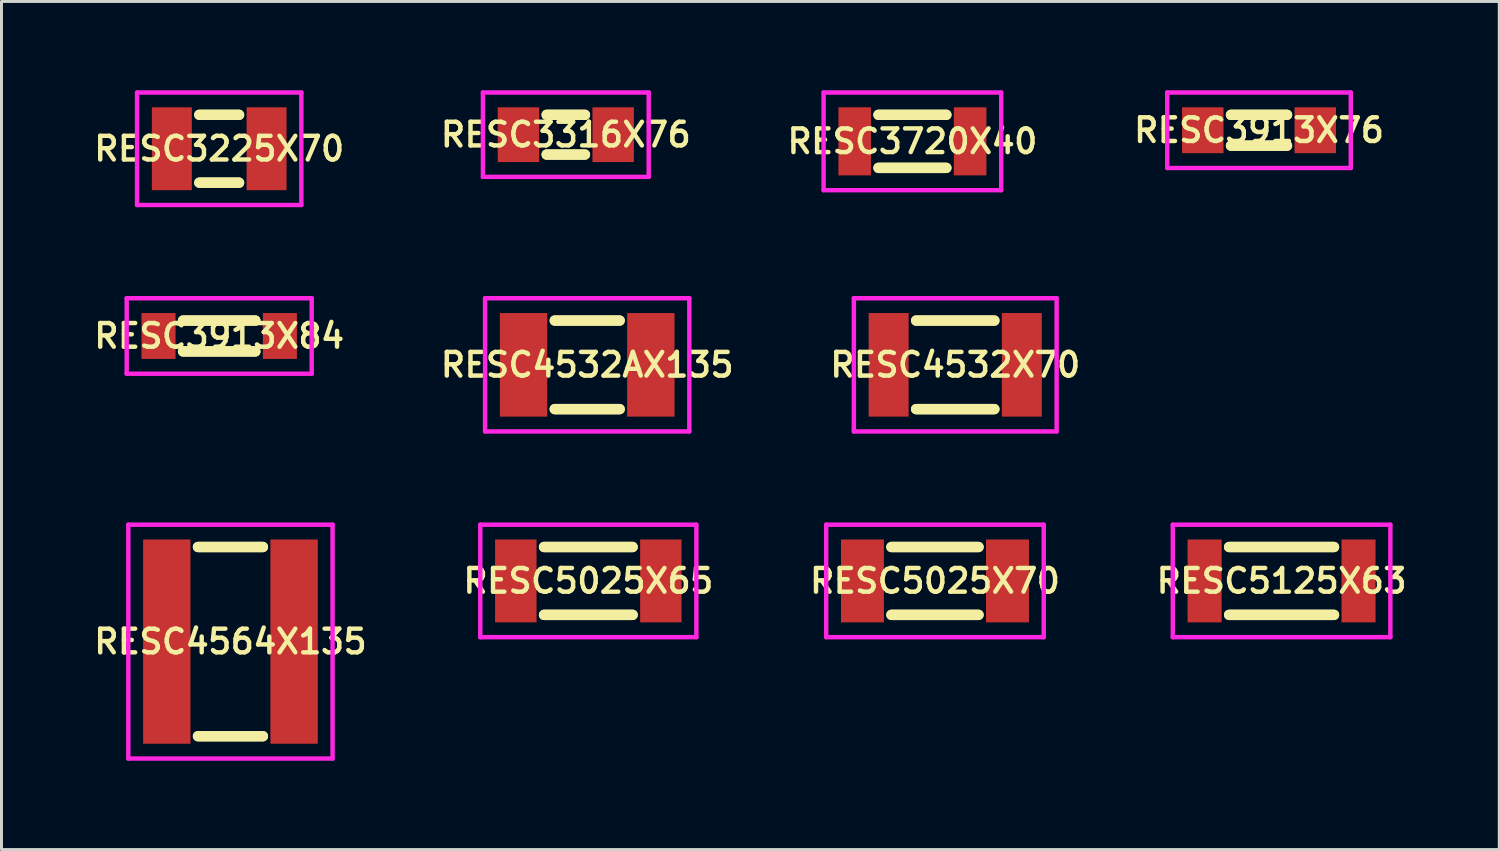
<source format=kicad_pcb>
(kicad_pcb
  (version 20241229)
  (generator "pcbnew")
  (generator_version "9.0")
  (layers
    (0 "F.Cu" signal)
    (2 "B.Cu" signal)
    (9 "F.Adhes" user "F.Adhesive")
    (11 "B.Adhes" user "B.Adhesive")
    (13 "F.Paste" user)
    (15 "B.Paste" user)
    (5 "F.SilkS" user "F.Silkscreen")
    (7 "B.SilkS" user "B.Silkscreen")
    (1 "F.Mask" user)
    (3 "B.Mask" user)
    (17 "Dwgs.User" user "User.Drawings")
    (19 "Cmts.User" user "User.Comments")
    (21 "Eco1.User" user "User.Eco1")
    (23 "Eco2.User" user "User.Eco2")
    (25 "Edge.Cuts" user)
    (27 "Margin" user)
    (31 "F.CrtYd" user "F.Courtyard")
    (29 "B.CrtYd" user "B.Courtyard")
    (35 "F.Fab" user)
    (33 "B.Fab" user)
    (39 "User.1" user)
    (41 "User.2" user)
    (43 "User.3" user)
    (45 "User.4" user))
  (footprint "RESC3316X76"
    (layer "F.Cu")
    (at 16.064 1.5)
    (property "Reference" "RESC3316X76" (at 0 0 0) (layer "F.SilkS") (effects (font (size 0.8 0.8) (thickness 0.15))))
    (attr smd)
    (fp_line (start -0.646 -0.671) (end 0.646 -0.671) (stroke (width 0.35) (type solid)) (layer "F.SilkS"))
    (fp_line (start -0.646 0.671) (end 0.646 0.671) (stroke (width 0.35) (type solid)) (layer "F.SilkS"))
    (fp_line (start 0.646 -0.671) (end -0.646 -0.671) (stroke (width 0.35) (type solid)) (layer "F.SilkS"))
    (fp_line (start 0.646 0.671) (end -0.646 0.671) (stroke (width 0.35) (type solid)) (layer "F.SilkS"))
    (fp_line (start -2.8 -1.425) (end 2.8 -1.425) (stroke (width 0.15) (type solid)) (layer "F.CrtYd"))
    (fp_line (start -2.8 1.425) (end -2.8 -1.425) (stroke (width 0.15) (type solid)) (layer "F.CrtYd"))
    (fp_line (start 2.8 -1.425) (end 2.8 1.425) (stroke (width 0.15) (type solid)) (layer "F.CrtYd"))
    (fp_line (start 2.8 1.425) (end -2.8 1.425) (stroke (width 0.15) (type solid)) (layer "F.CrtYd"))
    (pad "1" smd rect (at -1.6 0) (size 1.4 1.85) (layers "F.Cu" "F.Mask" "F.Paste"))
    (pad "2" smd rect (at 1.6 0) (size 1.4 1.85) (layers "F.Cu" "F.Mask" "F.Paste")))
  (footprint "RESC5125X63"
    (layer "F.Cu")
    (at 40.244 16.575)
    (property "Reference" "RESC5125X63" (at 0 0 0) (layer "F.SilkS") (effects (font (size 0.8 0.8) (thickness 0.15))))
    (attr smd)
    (fp_line (start -1.771 -1.146) (end 1.771 -1.146) (stroke (width 0.35) (type solid)) (layer "F.SilkS"))
    (fp_line (start -1.771 1.146) (end 1.771 1.146) (stroke (width 0.35) (type solid)) (layer "F.SilkS"))
    (fp_line (start 1.771 -1.146) (end -1.771 -1.146) (stroke (width 0.35) (type solid)) (layer "F.SilkS"))
    (fp_line (start 1.771 1.146) (end -1.771 1.146) (stroke (width 0.35) (type solid)) (layer "F.SilkS"))
    (fp_line (start -3.675 -1.9) (end 3.675 -1.9) (stroke (width 0.15) (type solid)) (layer "F.CrtYd"))
    (fp_line (start -3.675 1.9) (end -3.675 -1.9) (stroke (width 0.15) (type solid)) (layer "F.CrtYd"))
    (fp_line (start 3.675 -1.9) (end 3.675 1.9) (stroke (width 0.15) (type solid)) (layer "F.CrtYd"))
    (fp_line (start 3.675 1.9) (end -3.675 1.9) (stroke (width 0.15) (type solid)) (layer "F.CrtYd"))
    (pad "1" smd rect (at -2.6 0) (size 1.15 2.8) (layers "F.Cu" "F.Mask" "F.Paste"))
    (pad "2" smd rect (at 2.6 0) (size 1.15 2.8) (layers "F.Cu" "F.Mask" "F.Paste")))
  (footprint "RESC4532AX135"
    (layer "F.Cu")
    (at 16.787 9.275)
    (property "Reference" "RESC4532AX135" (at 0 0 0) (layer "F.SilkS") (effects (font (size 0.8 0.8) (thickness 0.15))))
    (attr smd)
    (fp_line (start -1.096 -1.496) (end 1.096 -1.496) (stroke (width 0.35) (type solid)) (layer "F.SilkS"))
    (fp_line (start -1.096 1.496) (end 1.096 1.496) (stroke (width 0.35) (type solid)) (layer "F.SilkS"))
    (fp_line (start 1.096 -1.496) (end -1.096 -1.496) (stroke (width 0.35) (type solid)) (layer "F.SilkS"))
    (fp_line (start 1.096 1.496) (end -1.096 1.496) (stroke (width 0.35) (type solid)) (layer "F.SilkS"))
    (fp_line (start -3.45 -2.25) (end 3.45 -2.25) (stroke (width 0.15) (type solid)) (layer "F.CrtYd"))
    (fp_line (start -3.45 2.25) (end -3.45 -2.25) (stroke (width 0.15) (type solid)) (layer "F.CrtYd"))
    (fp_line (start 3.45 -2.25) (end 3.45 2.25) (stroke (width 0.15) (type solid)) (layer "F.CrtYd"))
    (fp_line (start 3.45 2.25) (end -3.45 2.25) (stroke (width 0.15) (type solid)) (layer "F.CrtYd"))
    (pad "1" smd rect (at -2.15 0) (size 1.6 3.5) (layers "F.Cu" "F.Mask" "F.Paste"))
    (pad "2" smd rect (at 2.15 0) (size 1.6 3.5) (layers "F.Cu" "F.Mask" "F.Paste")))
  (footprint "RESC4564X135"
    (layer "F.Cu")
    (at 4.735 18.625)
    (property "Reference" "RESC4564X135" (at 0 0 0) (layer "F.SilkS") (effects (font (size 0.8 0.8) (thickness 0.15))))
    (attr smd)
    (fp_line (start -1.096 -3.196) (end 1.096 -3.196) (stroke (width 0.35) (type solid)) (layer "F.SilkS"))
    (fp_line (start -1.096 3.196) (end 1.096 3.196) (stroke (width 0.35) (type solid)) (layer "F.SilkS"))
    (fp_line (start 1.096 -3.196) (end -1.096 -3.196) (stroke (width 0.35) (type solid)) (layer "F.SilkS"))
    (fp_line (start 1.096 3.196) (end -1.096 3.196) (stroke (width 0.35) (type solid)) (layer "F.SilkS"))
    (fp_line (start -3.45 -3.95) (end 3.45 -3.95) (stroke (width 0.15) (type solid)) (layer "F.CrtYd"))
    (fp_line (start -3.45 3.95) (end -3.45 -3.95) (stroke (width 0.15) (type solid)) (layer "F.CrtYd"))
    (fp_line (start 3.45 -3.95) (end 3.45 3.95) (stroke (width 0.15) (type solid)) (layer "F.CrtYd"))
    (fp_line (start 3.45 3.95) (end -3.45 3.95) (stroke (width 0.15) (type solid)) (layer "F.CrtYd"))
    (pad "1" smd rect (at -2.15 0) (size 1.6 6.9) (layers "F.Cu" "F.Mask" "F.Paste"))
    (pad "2" smd rect (at 2.15 0) (size 1.6 6.9) (layers "F.Cu" "F.Mask" "F.Paste")))
  (footprint "RESC5025X65"
    (layer "F.Cu")
    (at 16.825 16.575)
    (property "Reference" "RESC5025X65" (at 0 0 0) (layer "F.SilkS") (effects (font (size 0.8 0.8) (thickness 0.15))))
    (attr smd)
    (fp_line (start -1.496 -1.146) (end 1.496 -1.146) (stroke (width 0.35) (type solid)) (layer "F.SilkS"))
    (fp_line (start -1.496 1.146) (end 1.496 1.146) (stroke (width 0.35) (type solid)) (layer "F.SilkS"))
    (fp_line (start 1.496 -1.146) (end -1.496 -1.146) (stroke (width 0.35) (type solid)) (layer "F.SilkS"))
    (fp_line (start 1.496 1.146) (end -1.496 1.146) (stroke (width 0.35) (type solid)) (layer "F.SilkS"))
    (fp_line (start -3.65 -1.9) (end 3.65 -1.9) (stroke (width 0.15) (type solid)) (layer "F.CrtYd"))
    (fp_line (start -3.65 1.9) (end -3.65 -1.9) (stroke (width 0.15) (type solid)) (layer "F.CrtYd"))
    (fp_line (start 3.65 -1.9) (end 3.65 1.9) (stroke (width 0.15) (type solid)) (layer "F.CrtYd"))
    (fp_line (start 3.65 1.9) (end -3.65 1.9) (stroke (width 0.15) (type solid)) (layer "F.CrtYd"))
    (pad "1" smd rect (at -2.45 0) (size 1.4 2.8) (layers "F.Cu" "F.Mask" "F.Paste"))
    (pad "2" smd rect (at 2.45 0) (size 1.4 2.8) (layers "F.Cu" "F.Mask" "F.Paste")))
  (footprint "RESC4532X70"
    (layer "F.Cu")
    (at 29.22 9.275)
    (property "Reference" "RESC4532X70" (at 0 0 0) (layer "F.SilkS") (effects (font (size 0.8 0.8) (thickness 0.15))))
    (attr smd)
    (fp_line (start -1.321 -1.496) (end 1.321 -1.496) (stroke (width 0.35) (type solid)) (layer "F.SilkS"))
    (fp_line (start -1.321 1.496) (end 1.321 1.496) (stroke (width 0.35) (type solid)) (layer "F.SilkS"))
    (fp_line (start 1.321 -1.496) (end -1.321 -1.496) (stroke (width 0.35) (type solid)) (layer "F.SilkS"))
    (fp_line (start 1.321 1.496) (end -1.321 1.496) (stroke (width 0.35) (type solid)) (layer "F.SilkS"))
    (fp_line (start -3.425 -2.25) (end 3.425 -2.25) (stroke (width 0.15) (type solid)) (layer "F.CrtYd"))
    (fp_line (start -3.425 2.25) (end -3.425 -2.25) (stroke (width 0.15) (type solid)) (layer "F.CrtYd"))
    (fp_line (start 3.425 -2.25) (end 3.425 2.25) (stroke (width 0.15) (type solid)) (layer "F.CrtYd"))
    (fp_line (start 3.425 2.25) (end -3.425 2.25) (stroke (width 0.15) (type solid)) (layer "F.CrtYd"))
    (pad "1" smd rect (at -2.25 0) (size 1.35 3.5) (layers "F.Cu" "F.Mask" "F.Paste"))
    (pad "2" smd rect (at 2.25 0) (size 1.35 3.5) (layers "F.Cu" "F.Mask" "F.Paste")))
  (footprint "RESC3913X76"
    (layer "F.Cu")
    (at 39.482 1.35)
    (property "Reference" "RESC3913X76" (at 0 0 0) (layer "F.SilkS") (effects (font (size 0.8 0.8) (thickness 0.15))))
    (attr smd)
    (fp_line (start -0.946 -0.521) (end 0.946 -0.521) (stroke (width 0.35) (type solid)) (layer "F.SilkS"))
    (fp_line (start -0.946 0.521) (end 0.946 0.521) (stroke (width 0.35) (type solid)) (layer "F.SilkS"))
    (fp_line (start 0.946 -0.521) (end -0.946 -0.521) (stroke (width 0.35) (type solid)) (layer "F.SilkS"))
    (fp_line (start 0.946 0.521) (end -0.946 0.521) (stroke (width 0.35) (type solid)) (layer "F.SilkS"))
    (fp_line (start -3.1 -1.275) (end 3.1 -1.275) (stroke (width 0.15) (type solid)) (layer "F.CrtYd"))
    (fp_line (start -3.1 1.275) (end -3.1 -1.275) (stroke (width 0.15) (type solid)) (layer "F.CrtYd"))
    (fp_line (start 3.1 -1.275) (end 3.1 1.275) (stroke (width 0.15) (type solid)) (layer "F.CrtYd"))
    (fp_line (start 3.1 1.275) (end -3.1 1.275) (stroke (width 0.15) (type solid)) (layer "F.CrtYd"))
    (pad "1" smd rect (at -1.9 0) (size 1.4 1.55) (layers "F.Cu" "F.Mask" "F.Paste"))
    (pad "2" smd rect (at 1.9 0) (size 1.4 1.55) (layers "F.Cu" "F.Mask" "F.Paste")))
  (footprint "RESC5025X70"
    (layer "F.Cu")
    (at 28.535 16.575)
    (property "Reference" "RESC5025X70" (at 0 0 0) (layer "F.SilkS") (effects (font (size 0.8 0.8) (thickness 0.15))))
    (attr smd)
    (fp_line (start -1.471 -1.146) (end 1.471 -1.146) (stroke (width 0.35) (type solid)) (layer "F.SilkS"))
    (fp_line (start -1.471 1.146) (end 1.471 1.146) (stroke (width 0.35) (type solid)) (layer "F.SilkS"))
    (fp_line (start 1.471 -1.146) (end -1.471 -1.146) (stroke (width 0.35) (type solid)) (layer "F.SilkS"))
    (fp_line (start 1.471 1.146) (end -1.471 1.146) (stroke (width 0.35) (type solid)) (layer "F.SilkS"))
    (fp_line (start -3.675 -1.9) (end 3.675 -1.9) (stroke (width 0.15) (type solid)) (layer "F.CrtYd"))
    (fp_line (start -3.675 1.9) (end -3.675 -1.9) (stroke (width 0.15) (type solid)) (layer "F.CrtYd"))
    (fp_line (start 3.675 -1.9) (end 3.675 1.9) (stroke (width 0.15) (type solid)) (layer "F.CrtYd"))
    (fp_line (start 3.675 1.9) (end -3.675 1.9) (stroke (width 0.15) (type solid)) (layer "F.CrtYd"))
    (pad "1" smd rect (at -2.45 0) (size 1.45 2.8) (layers "F.Cu" "F.Mask" "F.Paste"))
    (pad "2" smd rect (at 2.45 0) (size 1.45 2.8) (layers "F.Cu" "F.Mask" "F.Paste")))
  (footprint "RESC3913X84"
    (layer "F.Cu")
    (at 4.355 8.3)
    (property "Reference" "RESC3913X84" (at 0 0 0) (layer "F.SilkS") (effects (font (size 0.8 0.8) (thickness 0.15))))
    (attr smd)
    (fp_line (start -1.221 -0.521) (end 1.221 -0.521) (stroke (width 0.35) (type solid)) (layer "F.SilkS"))
    (fp_line (start -1.221 0.521) (end 1.221 0.521) (stroke (width 0.35) (type solid)) (layer "F.SilkS"))
    (fp_line (start 1.221 -0.521) (end -1.221 -0.521) (stroke (width 0.35) (type solid)) (layer "F.SilkS"))
    (fp_line (start 1.221 0.521) (end -1.221 0.521) (stroke (width 0.35) (type solid)) (layer "F.SilkS"))
    (fp_line (start -3.125 -1.275) (end 3.125 -1.275) (stroke (width 0.15) (type solid)) (layer "F.CrtYd"))
    (fp_line (start -3.125 1.275) (end -3.125 -1.275) (stroke (width 0.15) (type solid)) (layer "F.CrtYd"))
    (fp_line (start 3.125 -1.275) (end 3.125 1.275) (stroke (width 0.15) (type solid)) (layer "F.CrtYd"))
    (fp_line (start 3.125 1.275) (end -3.125 1.275) (stroke (width 0.15) (type solid)) (layer "F.CrtYd"))
    (pad "1" smd rect (at -2.05 0) (size 1.15 1.55) (layers "F.Cu" "F.Mask" "F.Paste"))
    (pad "2" smd rect (at 2.05 0) (size 1.15 1.55) (layers "F.Cu" "F.Mask" "F.Paste")))
  (footprint "RESC3225X70"
    (layer "F.Cu")
    (at 4.355 1.975)
    (property "Reference" "RESC3225X70" (at 0 0 0) (layer "F.SilkS") (effects (font (size 0.8 0.8) (thickness 0.15))))
    (attr smd)
    (fp_line (start -0.671 -1.146) (end 0.671 -1.146) (stroke (width 0.35) (type solid)) (layer "F.SilkS"))
    (fp_line (start -0.671 1.146) (end 0.671 1.146) (stroke (width 0.35) (type solid)) (layer "F.SilkS"))
    (fp_line (start 0.671 -1.146) (end -0.671 -1.146) (stroke (width 0.35) (type solid)) (layer "F.SilkS"))
    (fp_line (start 0.671 1.146) (end -0.671 1.146) (stroke (width 0.35) (type solid)) (layer "F.SilkS"))
    (fp_line (start -2.775 -1.9) (end 2.775 -1.9) (stroke (width 0.15) (type solid)) (layer "F.CrtYd"))
    (fp_line (start -2.775 1.9) (end -2.775 -1.9) (stroke (width 0.15) (type solid)) (layer "F.CrtYd"))
    (fp_line (start 2.775 -1.9) (end 2.775 1.9) (stroke (width 0.15) (type solid)) (layer "F.CrtYd"))
    (fp_line (start 2.775 1.9) (end -2.775 1.9) (stroke (width 0.15) (type solid)) (layer "F.CrtYd"))
    (pad "1" smd rect (at -1.6 0) (size 1.35 2.8) (layers "F.Cu" "F.Mask" "F.Paste"))
    (pad "2" smd rect (at 1.6 0) (size 1.35 2.8) (layers "F.Cu" "F.Mask" "F.Paste")))
  (footprint "RESC3720X40"
    (layer "F.Cu")
    (at 27.773 1.725)
    (property "Reference" "RESC3720X40" (at 0 0 0) (layer "F.SilkS") (effects (font (size 0.8 0.8) (thickness 0.15))))
    (attr smd)
    (fp_line (start -1.146 -0.896) (end 1.146 -0.896) (stroke (width 0.35) (type solid)) (layer "F.SilkS"))
    (fp_line (start -1.146 0.896) (end 1.146 0.896) (stroke (width 0.35) (type solid)) (layer "F.SilkS"))
    (fp_line (start 1.146 -0.896) (end -1.146 -0.896) (stroke (width 0.35) (type solid)) (layer "F.SilkS"))
    (fp_line (start 1.146 0.896) (end -1.146 0.896) (stroke (width 0.35) (type solid)) (layer "F.SilkS"))
    (fp_line (start -3 -1.65) (end 3 -1.65) (stroke (width 0.15) (type solid)) (layer "F.CrtYd"))
    (fp_line (start -3 1.65) (end -3 -1.65) (stroke (width 0.15) (type solid)) (layer "F.CrtYd"))
    (fp_line (start 3 -1.65) (end 3 1.65) (stroke (width 0.15) (type solid)) (layer "F.CrtYd"))
    (fp_line (start 3 1.65) (end -3 1.65) (stroke (width 0.15) (type solid)) (layer "F.CrtYd"))
    (pad "1" smd rect (at -1.95 0) (size 1.1 2.3) (layers "F.Cu" "F.Mask" "F.Paste"))
    (pad "2" smd rect (at 1.95 0) (size 1.1 2.3) (layers "F.Cu" "F.Mask" "F.Paste")))
  (gr_rect
    (start -3 -3)
    (end 47.598 25.65)
    (stroke (width 0.1) (type default))
    (fill no)
    (layer "Edge.Cuts")))
</source>
